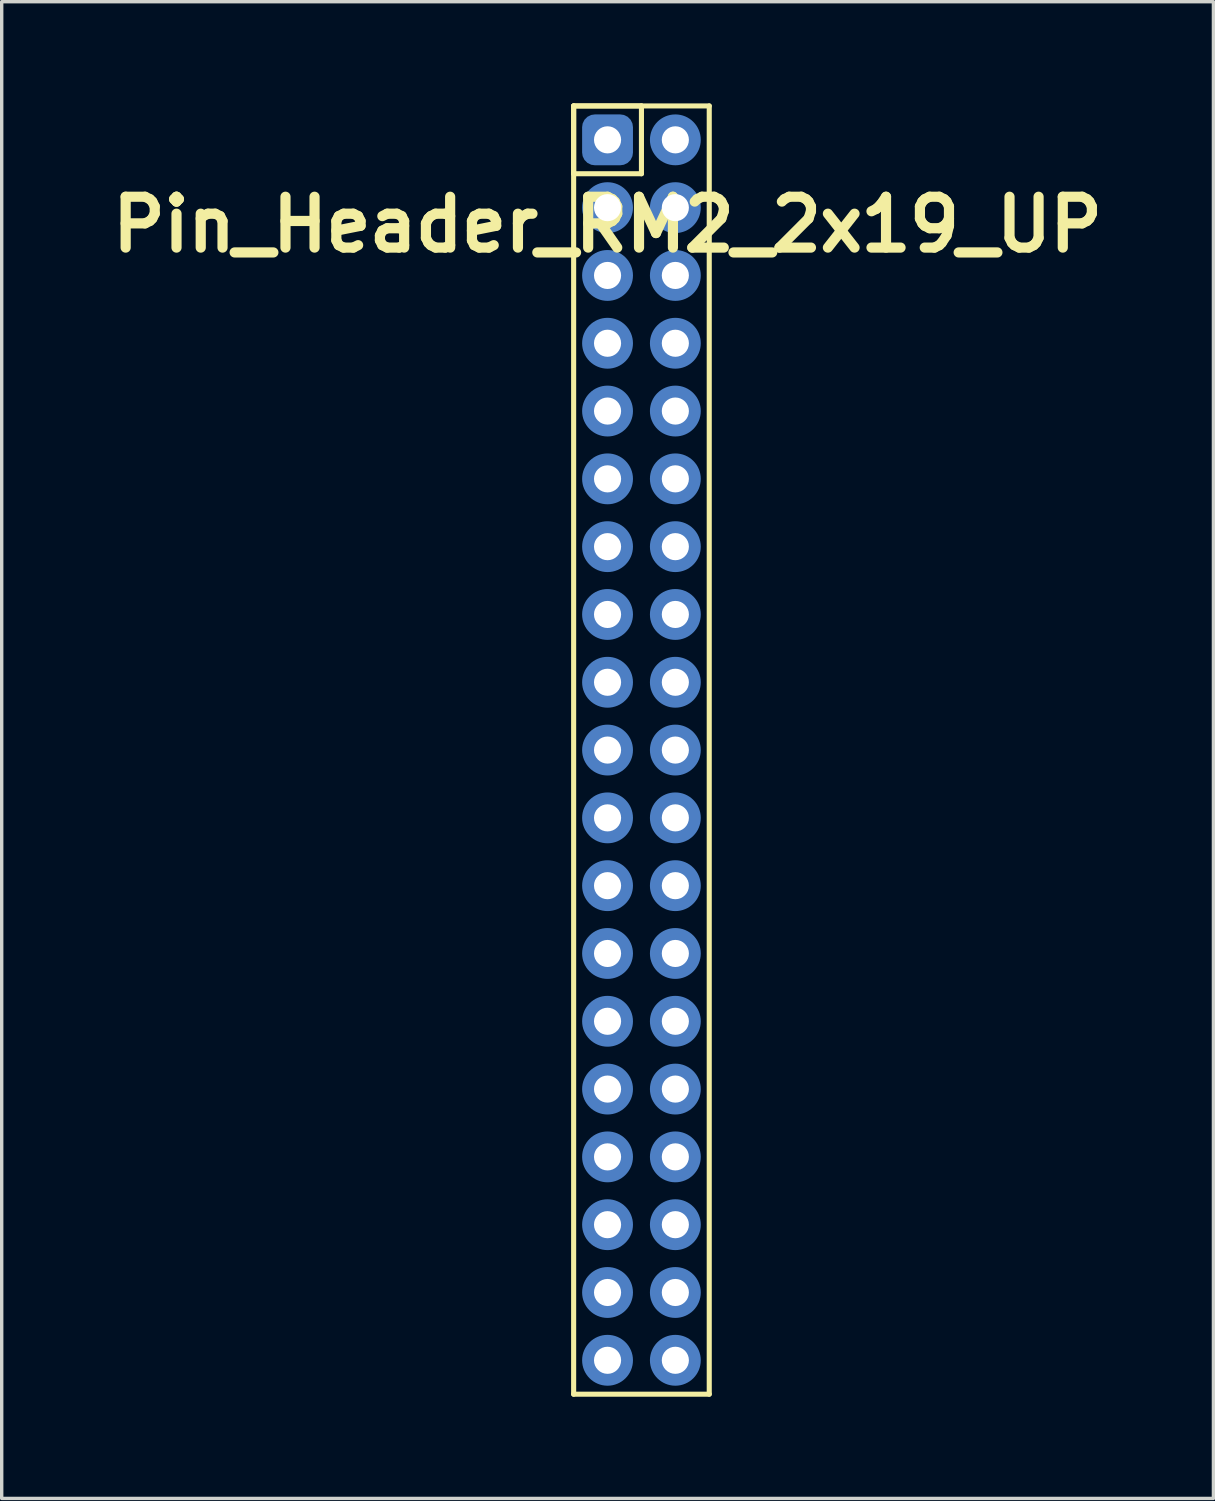
<source format=kicad_pcb>
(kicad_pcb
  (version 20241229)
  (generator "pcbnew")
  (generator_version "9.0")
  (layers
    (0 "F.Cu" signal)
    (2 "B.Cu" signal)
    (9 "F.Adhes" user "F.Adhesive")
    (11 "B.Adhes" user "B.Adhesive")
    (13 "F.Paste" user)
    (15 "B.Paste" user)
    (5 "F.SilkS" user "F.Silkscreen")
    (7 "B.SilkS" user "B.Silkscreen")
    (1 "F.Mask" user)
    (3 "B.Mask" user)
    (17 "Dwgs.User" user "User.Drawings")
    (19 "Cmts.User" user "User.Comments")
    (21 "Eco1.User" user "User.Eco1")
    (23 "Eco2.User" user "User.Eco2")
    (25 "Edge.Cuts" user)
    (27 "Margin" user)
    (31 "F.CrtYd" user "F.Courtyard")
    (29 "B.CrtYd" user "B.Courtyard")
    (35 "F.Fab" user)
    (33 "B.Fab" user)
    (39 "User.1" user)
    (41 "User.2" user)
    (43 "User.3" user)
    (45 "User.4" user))
  (footprint "Pin_Header_RM2_2x19_UP"
    (layer "F.Cu")
    (at 14.871 1.075)
    (property "Reference" "Pin_Header_RM2_2x19_UP" (at 0 2.5 0) (layer "F.SilkS") (effects (font (size 1.5 1.5) (thickness 0.3))))
    (attr through_hole)
    (fp_line (start -1 -1) (end 1 -1) (stroke (width 0.15) (type solid)) (layer "F.SilkS"))
    (fp_line (start -1 -1) (end 3 -1) (stroke (width 0.15) (type solid)) (layer "F.SilkS"))
    (fp_line (start -1 1) (end -1 -1) (stroke (width 0.15) (type solid)) (layer "F.SilkS"))
    (fp_line (start -1 37) (end -1 -1) (stroke (width 0.15) (type solid)) (layer "F.SilkS"))
    (fp_line (start 1 -1) (end 1 1) (stroke (width 0.15) (type solid)) (layer "F.SilkS"))
    (fp_line (start 1 1) (end -1 1) (stroke (width 0.15) (type solid)) (layer "F.SilkS"))
    (fp_line (start 3 -1) (end 3 37) (stroke (width 0.15) (type solid)) (layer "F.SilkS"))
    (fp_line (start 3 37) (end -1 37) (stroke (width 0.15) (type solid)) (layer "F.SilkS"))
    (pad "1" thru_hole circle (at 0 0) (size 1.1 1.1) (drill 0.8) (layers "*.Cu" "*.Mask"))
    (pad "1" smd roundrect (at 0 0) (size 1.25 1.25) (layers "F.Cu" "F.Mask") (roundrect_rratio 0.25))
    (pad "1" smd roundrect (at 0 0) (size 1.5 1.5) (layers "B.Cu" "B.Mask") (roundrect_rratio 0.25))
    (pad "2" thru_hole circle (at 2 0) (size 1.1 1.1) (drill 0.8) (layers "*.Cu" "*.Mask"))
    (pad "2" smd circle (at 2 0) (size 1.25 1.25) (layers "F.Cu" "F.Mask"))
    (pad "2" smd circle (at 2 0) (size 1.5 1.5) (layers "B.Cu" "B.Mask"))
    (pad "3" thru_hole circle (at 0 2) (size 1.1 1.1) (drill 0.8) (layers "*.Cu" "*.Mask"))
    (pad "3" smd circle (at 0 2) (size 1.25 1.25) (layers "F.Cu" "F.Mask"))
    (pad "3" smd circle (at 0 2) (size 1.5 1.5) (layers "B.Cu" "B.Mask"))
    (pad "4" thru_hole circle (at 2 2) (size 1.1 1.1) (drill 0.8) (layers "*.Cu" "*.Mask"))
    (pad "4" smd circle (at 2 2) (size 1.25 1.25) (layers "F.Cu" "F.Mask"))
    (pad "4" smd circle (at 2 2) (size 1.5 1.5) (layers "B.Cu" "B.Mask"))
    (pad "5" thru_hole circle (at 0 4) (size 1.1 1.1) (drill 0.8) (layers "*.Cu" "*.Mask"))
    (pad "5" smd circle (at 0 4) (size 1.25 1.25) (layers "F.Cu" "F.Mask"))
    (pad "5" smd circle (at 0 4) (size 1.5 1.5) (layers "B.Cu" "B.Mask"))
    (pad "6" thru_hole circle (at 2 4) (size 1.1 1.1) (drill 0.8) (layers "*.Cu" "*.Mask"))
    (pad "6" smd circle (at 2 4) (size 1.25 1.25) (layers "F.Cu" "F.Mask"))
    (pad "6" smd circle (at 2 4) (size 1.5 1.5) (layers "B.Cu" "B.Mask"))
    (pad "7" thru_hole circle (at 0 6) (size 1.1 1.1) (drill 0.8) (layers "*.Cu" "*.Mask"))
    (pad "7" smd circle (at 0 6) (size 1.25 1.25) (layers "F.Cu" "F.Mask"))
    (pad "7" smd circle (at 0 6) (size 1.5 1.5) (layers "B.Cu" "B.Mask"))
    (pad "8" thru_hole circle (at 2 6) (size 1.1 1.1) (drill 0.8) (layers "*.Cu" "*.Mask"))
    (pad "8" smd circle (at 2 6) (size 1.25 1.25) (layers "F.Cu" "F.Mask"))
    (pad "8" smd circle (at 2 6) (size 1.5 1.5) (layers "B.Cu" "B.Mask"))
    (pad "9" thru_hole circle (at 0 8) (size 1.1 1.1) (drill 0.8) (layers "*.Cu" "*.Mask"))
    (pad "9" smd circle (at 0 8) (size 1.25 1.25) (layers "F.Cu" "F.Mask"))
    (pad "9" smd circle (at 0 8) (size 1.5 1.5) (layers "B.Cu" "B.Mask"))
    (pad "10" thru_hole circle (at 2 8) (size 1.1 1.1) (drill 0.8) (layers "*.Cu" "*.Mask"))
    (pad "10" smd circle (at 2 8) (size 1.25 1.25) (layers "F.Cu" "F.Mask"))
    (pad "10" smd circle (at 2 8) (size 1.5 1.5) (layers "B.Cu" "B.Mask"))
    (pad "11" thru_hole circle (at 0 10) (size 1.1 1.1) (drill 0.8) (layers "*.Cu" "*.Mask"))
    (pad "11" smd circle (at 0 10) (size 1.25 1.25) (layers "F.Cu" "F.Mask"))
    (pad "11" smd circle (at 0 10) (size 1.5 1.5) (layers "B.Cu" "B.Mask"))
    (pad "12" thru_hole circle (at 2 10) (size 1.1 1.1) (drill 0.8) (layers "*.Cu" "*.Mask"))
    (pad "12" smd circle (at 2 10) (size 1.25 1.25) (layers "F.Cu" "F.Mask"))
    (pad "12" smd circle (at 2 10) (size 1.5 1.5) (layers "B.Cu" "B.Mask"))
    (pad "13" thru_hole circle (at 0 12) (size 1.1 1.1) (drill 0.8) (layers "*.Cu" "*.Mask"))
    (pad "13" smd circle (at 0 12) (size 1.25 1.25) (layers "F.Cu" "F.Mask"))
    (pad "13" smd circle (at 0 12) (size 1.5 1.5) (layers "B.Cu" "B.Mask"))
    (pad "14" thru_hole circle (at 2 12) (size 1.1 1.1) (drill 0.8) (layers "*.Cu" "*.Mask"))
    (pad "14" smd circle (at 2 12) (size 1.25 1.25) (layers "F.Cu" "F.Mask"))
    (pad "14" smd circle (at 2 12) (size 1.5 1.5) (layers "B.Cu" "B.Mask"))
    (pad "15" thru_hole circle (at 0 14) (size 1.1 1.1) (drill 0.8) (layers "*.Cu" "*.Mask"))
    (pad "15" smd circle (at 0 14) (size 1.25 1.25) (layers "F.Cu" "F.Mask"))
    (pad "15" smd circle (at 0 14) (size 1.5 1.5) (layers "B.Cu" "B.Mask"))
    (pad "16" thru_hole circle (at 2 14) (size 1.1 1.1) (drill 0.8) (layers "*.Cu" "*.Mask"))
    (pad "16" smd circle (at 2 14) (size 1.25 1.25) (layers "F.Cu" "F.Mask"))
    (pad "16" smd circle (at 2 14) (size 1.5 1.5) (layers "B.Cu" "B.Mask"))
    (pad "17" thru_hole circle (at 0 16) (size 1.1 1.1) (drill 0.8) (layers "*.Cu" "*.Mask"))
    (pad "17" smd circle (at 0 16) (size 1.25 1.25) (layers "F.Cu" "F.Mask"))
    (pad "17" smd circle (at 0 16) (size 1.5 1.5) (layers "B.Cu" "B.Mask"))
    (pad "18" thru_hole circle (at 2 16) (size 1.1 1.1) (drill 0.8) (layers "*.Cu" "*.Mask"))
    (pad "18" smd circle (at 2 16) (size 1.25 1.25) (layers "F.Cu" "F.Mask"))
    (pad "18" smd circle (at 2 16) (size 1.5 1.5) (layers "B.Cu" "B.Mask"))
    (pad "19" thru_hole circle (at 0 18) (size 1.1 1.1) (drill 0.8) (layers "*.Cu" "*.Mask"))
    (pad "19" smd circle (at 0 18) (size 1.25 1.25) (layers "F.Cu" "F.Mask"))
    (pad "19" smd circle (at 0 18) (size 1.5 1.5) (layers "B.Cu" "B.Mask"))
    (pad "20" thru_hole circle (at 2 18) (size 1.1 1.1) (drill 0.8) (layers "*.Cu" "*.Mask"))
    (pad "20" smd circle (at 2 18) (size 1.25 1.25) (layers "F.Cu" "F.Mask"))
    (pad "20" smd circle (at 2 18) (size 1.5 1.5) (layers "B.Cu" "B.Mask"))
    (pad "21" thru_hole circle (at 0 20) (size 1.1 1.1) (drill 0.8) (layers "*.Cu" "*.Mask"))
    (pad "21" smd circle (at 0 20) (size 1.25 1.25) (layers "F.Cu" "F.Mask"))
    (pad "21" smd circle (at 0 20) (size 1.5 1.5) (layers "B.Cu" "B.Mask"))
    (pad "22" thru_hole circle (at 2 20) (size 1.1 1.1) (drill 0.8) (layers "*.Cu" "*.Mask"))
    (pad "22" smd circle (at 2 20) (size 1.25 1.25) (layers "F.Cu" "F.Mask"))
    (pad "22" smd circle (at 2 20) (size 1.5 1.5) (layers "B.Cu" "B.Mask"))
    (pad "23" thru_hole circle (at 0 22) (size 1.1 1.1) (drill 0.8) (layers "*.Cu" "*.Mask"))
    (pad "23" smd circle (at 0 22) (size 1.25 1.25) (layers "F.Cu" "F.Mask"))
    (pad "23" smd circle (at 0 22) (size 1.5 1.5) (layers "B.Cu" "B.Mask"))
    (pad "24" thru_hole circle (at 2 22) (size 1.1 1.1) (drill 0.8) (layers "*.Cu" "*.Mask"))
    (pad "24" smd circle (at 2 22) (size 1.25 1.25) (layers "F.Cu" "F.Mask"))
    (pad "24" smd circle (at 2 22) (size 1.5 1.5) (layers "B.Cu" "B.Mask"))
    (pad "25" thru_hole circle (at 0 24) (size 1.1 1.1) (drill 0.8) (layers "*.Cu" "*.Mask"))
    (pad "25" smd circle (at 0 24) (size 1.25 1.25) (layers "F.Cu" "F.Mask"))
    (pad "25" smd circle (at 0 24) (size 1.5 1.5) (layers "B.Cu" "B.Mask"))
    (pad "26" thru_hole circle (at 2 24) (size 1.1 1.1) (drill 0.8) (layers "*.Cu" "*.Mask"))
    (pad "26" smd circle (at 2 24) (size 1.25 1.25) (layers "F.Cu" "F.Mask"))
    (pad "26" smd circle (at 2 24) (size 1.5 1.5) (layers "B.Cu" "B.Mask"))
    (pad "27" thru_hole circle (at 0 26) (size 1.1 1.1) (drill 0.8) (layers "*.Cu" "*.Mask"))
    (pad "27" smd circle (at 0 26) (size 1.25 1.25) (layers "F.Cu" "F.Mask"))
    (pad "27" smd circle (at 0 26) (size 1.5 1.5) (layers "B.Cu" "B.Mask"))
    (pad "28" thru_hole circle (at 2 26) (size 1.1 1.1) (drill 0.8) (layers "*.Cu" "*.Mask"))
    (pad "28" smd circle (at 2 26) (size 1.25 1.25) (layers "F.Cu" "F.Mask"))
    (pad "28" smd circle (at 2 26) (size 1.5 1.5) (layers "B.Cu" "B.Mask"))
    (pad "29" thru_hole circle (at 0 28) (size 1.1 1.1) (drill 0.8) (layers "*.Cu" "*.Mask"))
    (pad "29" smd circle (at 0 28) (size 1.25 1.25) (layers "F.Cu" "F.Mask"))
    (pad "29" smd circle (at 0 28) (size 1.5 1.5) (layers "B.Cu" "B.Mask"))
    (pad "30" thru_hole circle (at 2 28) (size 1.1 1.1) (drill 0.8) (layers "*.Cu" "*.Mask"))
    (pad "30" smd circle (at 2 28) (size 1.25 1.25) (layers "F.Cu" "F.Mask"))
    (pad "30" smd circle (at 2 28) (size 1.5 1.5) (layers "B.Cu" "B.Mask"))
    (pad "31" thru_hole circle (at 0 30) (size 1.1 1.1) (drill 0.8) (layers "*.Cu" "*.Mask"))
    (pad "31" smd circle (at 0 30) (size 1.25 1.25) (layers "F.Cu" "F.Mask"))
    (pad "31" smd circle (at 0 30) (size 1.5 1.5) (layers "B.Cu" "B.Mask"))
    (pad "32" thru_hole circle (at 2 30) (size 1.1 1.1) (drill 0.8) (layers "*.Cu" "*.Mask"))
    (pad "32" smd circle (at 2 30) (size 1.25 1.25) (layers "F.Cu" "F.Mask"))
    (pad "32" smd circle (at 2 30) (size 1.5 1.5) (layers "B.Cu" "B.Mask"))
    (pad "33" thru_hole circle (at 0 32) (size 1.1 1.1) (drill 0.8) (layers "*.Cu" "*.Mask"))
    (pad "33" smd circle (at 0 32) (size 1.25 1.25) (layers "F.Cu" "F.Mask"))
    (pad "33" smd circle (at 0 32) (size 1.5 1.5) (layers "B.Cu" "B.Mask"))
    (pad "34" thru_hole circle (at 2 32) (size 1.1 1.1) (drill 0.8) (layers "*.Cu" "*.Mask"))
    (pad "34" smd circle (at 2 32) (size 1.25 1.25) (layers "F.Cu" "F.Mask"))
    (pad "34" smd circle (at 2 32) (size 1.5 1.5) (layers "B.Cu" "B.Mask"))
    (pad "35" thru_hole circle (at 0 34) (size 1.1 1.1) (drill 0.8) (layers "*.Cu" "*.Mask"))
    (pad "35" smd circle (at 0 34) (size 1.25 1.25) (layers "F.Cu" "F.Mask"))
    (pad "35" smd circle (at 0 34) (size 1.5 1.5) (layers "B.Cu" "B.Mask"))
    (pad "36" thru_hole circle (at 2 34) (size 1.1 1.1) (drill 0.8) (layers "*.Cu" "*.Mask"))
    (pad "36" smd circle (at 2 34) (size 1.25 1.25) (layers "F.Cu" "F.Mask"))
    (pad "36" smd circle (at 2 34) (size 1.5 1.5) (layers "B.Cu" "B.Mask"))
    (pad "37" thru_hole circle (at 0 36) (size 1.1 1.1) (drill 0.8) (layers "*.Cu" "*.Mask"))
    (pad "37" smd circle (at 0 36) (size 1.25 1.25) (layers "F.Cu" "F.Mask"))
    (pad "37" smd circle (at 0 36) (size 1.5 1.5) (layers "B.Cu" "B.Mask"))
    (pad "38" thru_hole circle (at 2 36) (size 1.1 1.1) (drill 0.8) (layers "*.Cu" "*.Mask"))
    (pad "38" smd circle (at 2 36) (size 1.25 1.25) (layers "F.Cu" "F.Mask"))
    (pad "38" smd circle (at 2 36) (size 1.5 1.5) (layers "B.Cu" "B.Mask")))
  (gr_rect
    (start -3 -3)
    (end 32.743 41.15)
    (stroke (width 0.1) (type default))
    (fill no)
    (layer "Edge.Cuts")))
</source>
